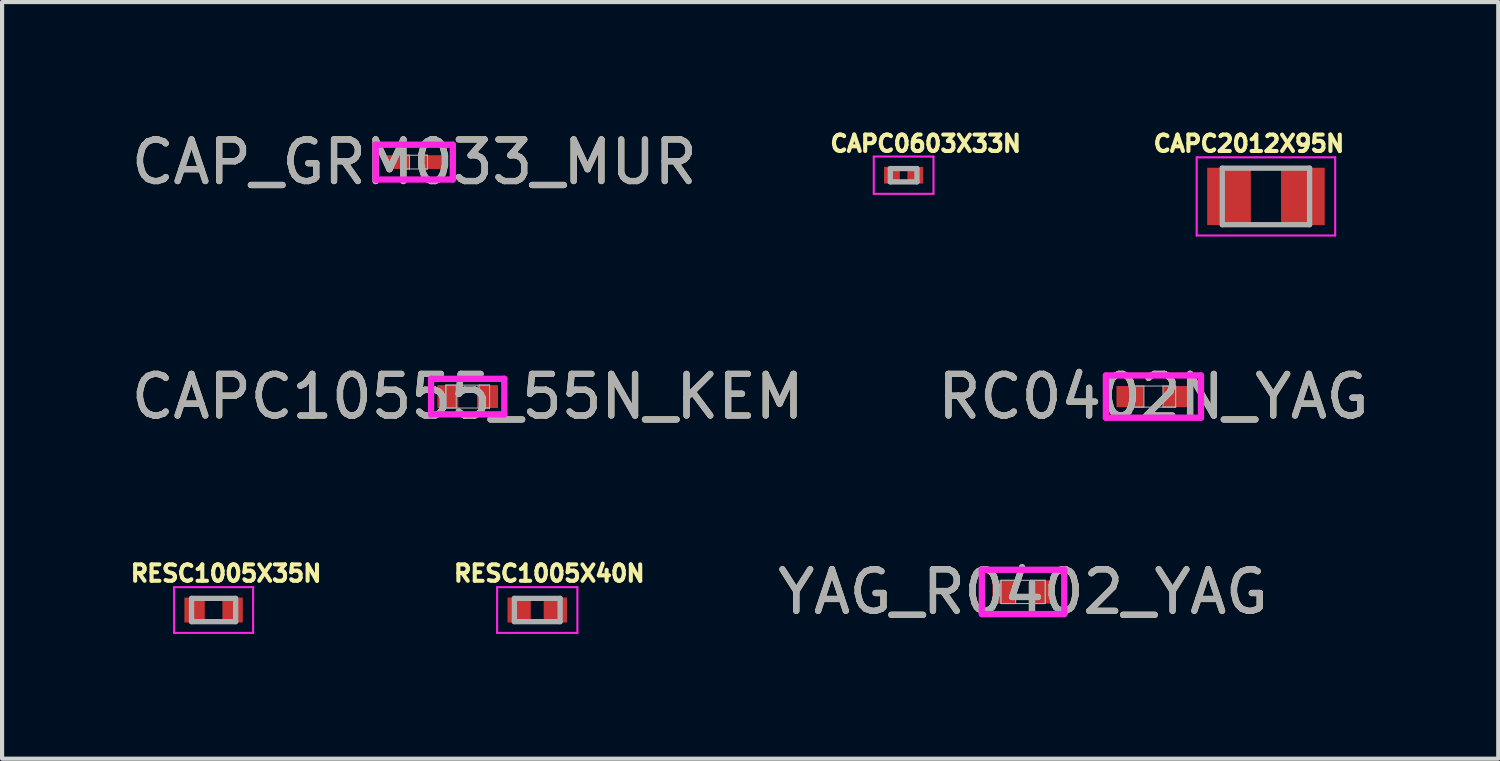
<source format=kicad_pcb>
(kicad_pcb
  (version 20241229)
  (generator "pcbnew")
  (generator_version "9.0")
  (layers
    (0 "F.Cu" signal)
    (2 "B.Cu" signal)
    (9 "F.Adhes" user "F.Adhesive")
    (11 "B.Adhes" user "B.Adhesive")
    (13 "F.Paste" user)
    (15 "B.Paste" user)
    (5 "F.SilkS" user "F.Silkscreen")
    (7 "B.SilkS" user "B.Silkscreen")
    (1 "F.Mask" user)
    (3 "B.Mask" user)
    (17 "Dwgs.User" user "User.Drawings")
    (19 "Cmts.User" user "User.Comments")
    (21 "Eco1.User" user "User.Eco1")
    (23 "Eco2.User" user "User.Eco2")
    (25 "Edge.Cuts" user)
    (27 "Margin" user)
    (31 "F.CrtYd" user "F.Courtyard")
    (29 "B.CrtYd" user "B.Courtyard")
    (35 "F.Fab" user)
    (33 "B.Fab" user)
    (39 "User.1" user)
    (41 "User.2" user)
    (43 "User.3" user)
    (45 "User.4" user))
  (footprint "CAPC2012X95N"
    (layer "F.Cu")
    (at 27.39 1.673)
    (property "Reference" "CAPC2012X95N" (at -0.41 -1.27 0) (layer "F.SilkS") (effects (font (size 0.394 0.394) (thickness 0.15))))
    (attr smd)
    (fp_line (start -1.665 -0.94) (end 1.665 -0.94) (stroke (width 0.05) (type solid)) (layer "F.CrtYd"))
    (fp_line (start -1.665 0.94) (end -1.665 -0.94) (stroke (width 0.05) (type solid)) (layer "F.CrtYd"))
    (fp_line (start -1.665 0.94) (end 1.665 0.94) (stroke (width 0.05) (type solid)) (layer "F.CrtYd"))
    (fp_line (start 1.665 0.94) (end 1.665 -0.94) (stroke (width 0.05) (type solid)) (layer "F.CrtYd"))
    (fp_line (start -1.05 0.68) (end -1.05 -0.68) (stroke (width 0.127) (type solid)) (layer "F.Fab"))
    (fp_line (start 1.05 -0.68) (end -1.05 -0.68) (stroke (width 0.127) (type solid)) (layer "F.Fab"))
    (fp_line (start 1.05 0.68) (end -1.05 0.68) (stroke (width 0.127) (type solid)) (layer "F.Fab"))
    (fp_line (start 1.05 0.68) (end 1.05 -0.68) (stroke (width 0.127) (type solid)) (layer "F.Fab"))
    (pad "1" smd rect (at -0.888 0) (size 1.05 1.38) (layers "F.Cu" "F.Mask" "F.Paste"))
    (pad "2" smd rect (at 0.888 0) (size 1.05 1.38) (layers "F.Cu" "F.Mask" "F.Paste")))
  (footprint "RESC1005X40N"
    (layer "F.Cu")
    (at 9.868 11.618)
    (property "Reference" "RESC1005X40N" (at 0.29 -0.88 0) (layer "F.SilkS") (effects (font (size 0.394 0.394) (thickness 0.15))))
    (attr smd)
    (fp_line (start -0.965 -0.55) (end 0.965 -0.55) (stroke (width 0.05) (type solid)) (layer "F.CrtYd"))
    (fp_line (start -0.965 0.55) (end -0.965 -0.55) (stroke (width 0.05) (type solid)) (layer "F.CrtYd"))
    (fp_line (start -0.965 0.55) (end 0.965 0.55) (stroke (width 0.05) (type solid)) (layer "F.CrtYd"))
    (fp_line (start 0.965 0.55) (end 0.965 -0.55) (stroke (width 0.05) (type solid)) (layer "F.CrtYd"))
    (fp_line (start -0.55 0.28) (end -0.55 -0.28) (stroke (width 0.127) (type solid)) (layer "F.Fab"))
    (fp_line (start 0.55 -0.28) (end -0.55 -0.28) (stroke (width 0.127) (type solid)) (layer "F.Fab"))
    (fp_line (start 0.55 0.28) (end -0.55 0.28) (stroke (width 0.127) (type solid)) (layer "F.Fab"))
    (fp_line (start 0.55 0.28) (end 0.55 -0.28) (stroke (width 0.127) (type solid)) (layer "F.Fab"))
    (pad "1" smd rect (at -0.435 0) (size 0.56 0.6) (layers "F.Cu" "F.Mask" "F.Paste"))
    (pad "2" smd rect (at 0.435 0) (size 0.56 0.6) (layers "F.Cu" "F.Mask" "F.Paste")))
  (footprint "CAP_GRM033_MUR"
    (layer "F.Cu")
    (at 6.911 0.848)
    (property "Reference" "CAP_GRM033_MUR" (at 0 0 0) (unlocked yes) (layer "F.SilkS") (effects (font (size 1 1) (thickness 0.15))))
    (attr smd)
    (fp_line (start -0.927 -0.419) (end 0.927 -0.419) (stroke (width 0.152) (type solid)) (layer "F.CrtYd"))
    (fp_line (start -0.927 0.419) (end -0.927 -0.419) (stroke (width 0.152) (type solid)) (layer "F.CrtYd"))
    (fp_line (start 0.927 -0.419) (end 0.927 0.419) (stroke (width 0.152) (type solid)) (layer "F.CrtYd"))
    (fp_line (start 0.927 0.419) (end -0.927 0.419) (stroke (width 0.152) (type solid)) (layer "F.CrtYd"))
    (fp_line (start -0.318 -0.165) (end -0.318 0.165) (stroke (width 0.025) (type solid)) (layer "F.Fab"))
    (fp_line (start -0.318 -0.165) (end -0.318 0.165) (stroke (width 0.025) (type solid)) (layer "F.Fab"))
    (fp_line (start -0.318 0.165) (end -0.114 0.165) (stroke (width 0.025) (type solid)) (layer "F.Fab"))
    (fp_line (start -0.318 0.165) (end 0.318 0.165) (stroke (width 0.025) (type solid)) (layer "F.Fab"))
    (fp_line (start -0.114 -0.165) (end -0.318 -0.165) (stroke (width 0.025) (type solid)) (layer "F.Fab"))
    (fp_line (start -0.114 0.165) (end -0.114 -0.165) (stroke (width 0.025) (type solid)) (layer "F.Fab"))
    (fp_line (start 0.114 -0.165) (end 0.114 0.165) (stroke (width 0.025) (type solid)) (layer "F.Fab"))
    (fp_line (start 0.114 0.165) (end 0.318 0.165) (stroke (width 0.025) (type solid)) (layer "F.Fab"))
    (fp_line (start 0.318 -0.165) (end -0.318 -0.165) (stroke (width 0.025) (type solid)) (layer "F.Fab"))
    (fp_line (start 0.318 -0.165) (end 0.114 -0.165) (stroke (width 0.025) (type solid)) (layer "F.Fab"))
    (fp_line (start 0.318 0.165) (end 0.318 -0.165) (stroke (width 0.025) (type solid)) (layer "F.Fab"))
    (fp_line (start 0.318 0.165) (end 0.318 -0.165) (stroke (width 0.025) (type solid)) (layer "F.Fab"))
    (fp_circle (center -0.267 0) (end -0.267 0) (stroke (width 0.025) (type solid)) (fill no) (layer "F.Fab"))
    (fp_text user "${REFERENCE}" (at 0 0 0) (unlocked yes) (layer "F.Fab") (effects (font (size 1 1) (thickness 0.15))))
    (pad "1" smd rect (at -0.394 0) (size 0.559 0.33) (layers "F.Cu" "F.Mask" "F.Paste"))
    (pad "2" smd rect (at 0.394 0) (size 0.559 0.33) (layers "F.Cu" "F.Mask" "F.Paste"))
    (zone (net_name "") (layer "F.Cu") (hatch full 0.508) (connect_pads) (min_thickness 0.254) (filled_areas_thickness no) (keepout (tracks not_allowed) (vias not_allowed) (pads allowed) (copperpour not_allowed) (footprints allowed)) (placement (enabled no)) (fill) (polygon (pts (xy 6.847 0.734) (xy 6.974 0.734) (xy 6.974 0.963) (xy 6.847 0.963)))))
  (footprint "CAPC10555_55N_KEM"
    (layer "F.Cu")
    (at 8.196 6.486)
    (property "Reference" "CAPC10555_55N_KEM" (at 0 0 0) (unlocked yes) (layer "F.SilkS") (effects (font (size 1 1) (thickness 0.15))))
    (attr smd)
    (fp_line (start -0.881 -0.427) (end 0.881 -0.427) (stroke (width 0.152) (type solid)) (layer "F.CrtYd"))
    (fp_line (start -0.881 0.427) (end -0.881 -0.427) (stroke (width 0.152) (type solid)) (layer "F.CrtYd"))
    (fp_line (start 0.881 -0.427) (end 0.881 0.427) (stroke (width 0.152) (type solid)) (layer "F.CrtYd"))
    (fp_line (start 0.881 0.427) (end -0.881 0.427) (stroke (width 0.152) (type solid)) (layer "F.CrtYd"))
    (fp_line (start -0.525 -0.275) (end -0.525 0.275) (stroke (width 0.025) (type solid)) (layer "F.Fab"))
    (fp_line (start -0.525 -0.275) (end -0.525 0.275) (stroke (width 0.025) (type solid)) (layer "F.Fab"))
    (fp_line (start -0.525 0.275) (end -0.275 0.275) (stroke (width 0.025) (type solid)) (layer "F.Fab"))
    (fp_line (start -0.525 0.275) (end 0.525 0.275) (stroke (width 0.025) (type solid)) (layer "F.Fab"))
    (fp_line (start -0.275 -0.275) (end -0.525 -0.275) (stroke (width 0.025) (type solid)) (layer "F.Fab"))
    (fp_line (start -0.275 0.275) (end -0.275 -0.275) (stroke (width 0.025) (type solid)) (layer "F.Fab"))
    (fp_line (start 0.275 -0.275) (end 0.275 0.275) (stroke (width 0.025) (type solid)) (layer "F.Fab"))
    (fp_line (start 0.275 0.275) (end 0.525 0.275) (stroke (width 0.025) (type solid)) (layer "F.Fab"))
    (fp_line (start 0.525 -0.275) (end -0.525 -0.275) (stroke (width 0.025) (type solid)) (layer "F.Fab"))
    (fp_line (start 0.525 -0.275) (end 0.275 -0.275) (stroke (width 0.025) (type solid)) (layer "F.Fab"))
    (fp_line (start 0.525 0.275) (end 0.525 -0.275) (stroke (width 0.025) (type solid)) (layer "F.Fab"))
    (fp_line (start 0.525 0.275) (end 0.525 -0.275) (stroke (width 0.025) (type solid)) (layer "F.Fab"))
    (fp_text user "${REFERENCE}" (at 0 0 0) (unlocked yes) (layer "F.Fab") (effects (font (size 1 1) (thickness 0.15))))
    (pad "1" smd rect (at -0.477 0) (size 0.503 0.55) (layers "F.Cu" "F.Mask" "F.Paste"))
    (pad "2" smd rect (at 0.477 0) (size 0.503 0.55) (layers "F.Cu" "F.Mask" "F.Paste"))
    (zone (net_name "") (layer "F.Cu") (hatch full 0.508) (connect_pads) (min_thickness 0.254) (filled_areas_thickness no) (keepout (tracks not_allowed) (vias not_allowed) (pads allowed) (copperpour not_allowed) (footprints allowed)) (placement (enabled no)) (fill) (polygon (pts (xy 8.022 6.262) (xy 8.371 6.262) (xy 8.371 6.71) (xy 8.022 6.71)))))
  (footprint "YAG_R0402_YAG"
    (layer "F.Cu")
    (at 21.55 11.183)
    (property "Reference" "YAG_R0402_YAG" (at 0 0 0) (unlocked yes) (layer "F.SilkS") (effects (font (size 1 1) (thickness 0.15))))
    (attr smd)
    (fp_line (start -0.991 -0.533) (end 0.991 -0.533) (stroke (width 0.152) (type solid)) (layer "F.CrtYd"))
    (fp_line (start -0.991 0.533) (end -0.991 -0.533) (stroke (width 0.152) (type solid)) (layer "F.CrtYd"))
    (fp_line (start 0.991 -0.533) (end 0.991 0.533) (stroke (width 0.152) (type solid)) (layer "F.CrtYd"))
    (fp_line (start 0.991 0.533) (end -0.991 0.533) (stroke (width 0.152) (type solid)) (layer "F.CrtYd"))
    (fp_line (start -0.533 -0.279) (end -0.533 0.279) (stroke (width 0.025) (type solid)) (layer "F.Fab"))
    (fp_line (start -0.533 -0.279) (end -0.533 0.279) (stroke (width 0.025) (type solid)) (layer "F.Fab"))
    (fp_line (start -0.533 0.279) (end -0.178 0.279) (stroke (width 0.025) (type solid)) (layer "F.Fab"))
    (fp_line (start -0.533 0.279) (end 0.533 0.279) (stroke (width 0.025) (type solid)) (layer "F.Fab"))
    (fp_line (start -0.178 -0.279) (end -0.533 -0.279) (stroke (width 0.025) (type solid)) (layer "F.Fab"))
    (fp_line (start -0.178 0.279) (end -0.178 -0.279) (stroke (width 0.025) (type solid)) (layer "F.Fab"))
    (fp_line (start 0.178 -0.279) (end 0.178 0.279) (stroke (width 0.025) (type solid)) (layer "F.Fab"))
    (fp_line (start 0.178 0.279) (end 0.533 0.279) (stroke (width 0.025) (type solid)) (layer "F.Fab"))
    (fp_line (start 0.533 -0.279) (end -0.533 -0.279) (stroke (width 0.025) (type solid)) (layer "F.Fab"))
    (fp_line (start 0.533 -0.279) (end 0.178 -0.279) (stroke (width 0.025) (type solid)) (layer "F.Fab"))
    (fp_line (start 0.533 0.279) (end 0.533 -0.279) (stroke (width 0.025) (type solid)) (layer "F.Fab"))
    (fp_line (start 0.533 0.279) (end 0.533 -0.279) (stroke (width 0.025) (type solid)) (layer "F.Fab"))
    (fp_text user "${REFERENCE}" (at 0 0 0) (unlocked yes) (layer "F.Fab") (effects (font (size 1 1) (thickness 0.15))))
    (pad "1" smd rect (at -0.457 0) (size 0.559 0.559) (layers "F.Cu" "F.Mask" "F.Paste"))
    (pad "2" smd rect (at 0.457 0) (size 0.559 0.559) (layers "F.Cu" "F.Mask" "F.Paste"))
    (zone (net_name "") (layer "F.Cu") (hatch full 0.508) (connect_pads) (min_thickness 0.254) (filled_areas_thickness no) (keepout (tracks not_allowed) (vias not_allowed) (pads allowed) (copperpour not_allowed) (footprints allowed)) (placement (enabled no)) (fill) (polygon (pts (xy 21.423 10.954) (xy 21.677 10.954) (xy 21.677 11.411) (xy 21.423 11.411)))))
  (footprint "CAPC0603X33N"
    (layer "F.Cu")
    (at 18.678 1.163)
    (property "Reference" "CAPC0603X33N" (at 0.53 -0.76 0) (layer "F.SilkS") (effects (font (size 0.394 0.394) (thickness 0.15))))
    (attr smd)
    (fp_line (start -0.718 -0.448) (end 0.718 -0.448) (stroke (width 0.05) (type solid)) (layer "F.CrtYd"))
    (fp_line (start -0.718 0.448) (end -0.718 -0.448) (stroke (width 0.05) (type solid)) (layer "F.CrtYd"))
    (fp_line (start -0.718 0.448) (end 0.718 0.448) (stroke (width 0.05) (type solid)) (layer "F.CrtYd"))
    (fp_line (start 0.718 0.448) (end 0.718 -0.448) (stroke (width 0.05) (type solid)) (layer "F.CrtYd"))
    (fp_line (start -0.32 0.16) (end -0.32 -0.16) (stroke (width 0.127) (type solid)) (layer "F.Fab"))
    (fp_line (start 0.32 -0.16) (end -0.32 -0.16) (stroke (width 0.127) (type solid)) (layer "F.Fab"))
    (fp_line (start 0.32 0.16) (end -0.32 0.16) (stroke (width 0.127) (type solid)) (layer "F.Fab"))
    (fp_line (start 0.32 0.16) (end 0.32 -0.16) (stroke (width 0.127) (type solid)) (layer "F.Fab"))
    (pad "1" smd rect (at -0.281 0) (size 0.38 0.4) (layers "F.Cu" "F.Mask" "F.Paste"))
    (pad "2" smd rect (at 0.281 0) (size 0.38 0.4) (layers "F.Cu" "F.Mask" "F.Paste")))
  (footprint "RESC1005X35N"
    (layer "F.Cu")
    (at 2.086 11.618)
    (property "Reference" "RESC1005X35N" (at 0.3 -0.88 0) (layer "F.SilkS") (effects (font (size 0.394 0.394) (thickness 0.15))))
    (attr smd)
    (fp_line (start -0.95 -0.55) (end 0.95 -0.55) (stroke (width 0.05) (type solid)) (layer "F.CrtYd"))
    (fp_line (start -0.95 0.55) (end -0.95 -0.55) (stroke (width 0.05) (type solid)) (layer "F.CrtYd"))
    (fp_line (start -0.95 0.55) (end 0.95 0.55) (stroke (width 0.05) (type solid)) (layer "F.CrtYd"))
    (fp_line (start 0.95 0.55) (end 0.95 -0.55) (stroke (width 0.05) (type solid)) (layer "F.CrtYd"))
    (fp_line (start -0.53 0.28) (end -0.53 -0.28) (stroke (width 0.127) (type solid)) (layer "F.Fab"))
    (fp_line (start 0.53 -0.28) (end -0.53 -0.28) (stroke (width 0.127) (type solid)) (layer "F.Fab"))
    (fp_line (start 0.53 0.28) (end -0.53 0.28) (stroke (width 0.127) (type solid)) (layer "F.Fab"))
    (fp_line (start 0.53 0.28) (end 0.53 -0.28) (stroke (width 0.127) (type solid)) (layer "F.Fab"))
    (pad "1" smd rect (at -0.457 0) (size 0.49 0.6) (layers "F.Cu" "F.Mask" "F.Paste"))
    (pad "2" smd rect (at 0.457 0) (size 0.49 0.6) (layers "F.Cu" "F.Mask" "F.Paste")))
  (footprint "RC0402N_YAG"
    (layer "F.Cu")
    (at 24.685 6.486)
    (property "Reference" "RC0402N_YAG" (at 0 0 0) (unlocked yes) (layer "F.SilkS") (effects (font (size 1 1) (thickness 0.15))))
    (attr smd)
    (fp_line (start -1.143 -0.508) (end 1.143 -0.508) (stroke (width 0.152) (type solid)) (layer "F.CrtYd"))
    (fp_line (start -1.143 0.508) (end -1.143 -0.508) (stroke (width 0.152) (type solid)) (layer "F.CrtYd"))
    (fp_line (start 1.143 -0.508) (end 1.143 0.508) (stroke (width 0.152) (type solid)) (layer "F.CrtYd"))
    (fp_line (start 1.143 0.508) (end -1.143 0.508) (stroke (width 0.152) (type solid)) (layer "F.CrtYd"))
    (fp_line (start -0.533 -0.254) (end -0.533 0.254) (stroke (width 0.025) (type solid)) (layer "F.Fab"))
    (fp_line (start -0.533 -0.254) (end -0.533 0.254) (stroke (width 0.025) (type solid)) (layer "F.Fab"))
    (fp_line (start -0.533 0.254) (end -0.229 0.254) (stroke (width 0.025) (type solid)) (layer "F.Fab"))
    (fp_line (start -0.533 0.254) (end 0.533 0.254) (stroke (width 0.025) (type solid)) (layer "F.Fab"))
    (fp_line (start -0.229 -0.254) (end -0.533 -0.254) (stroke (width 0.025) (type solid)) (layer "F.Fab"))
    (fp_line (start -0.229 0.254) (end -0.229 -0.254) (stroke (width 0.025) (type solid)) (layer "F.Fab"))
    (fp_line (start 0.229 -0.254) (end 0.229 0.254) (stroke (width 0.025) (type solid)) (layer "F.Fab"))
    (fp_line (start 0.229 0.254) (end 0.533 0.254) (stroke (width 0.025) (type solid)) (layer "F.Fab"))
    (fp_line (start 0.533 -0.254) (end -0.533 -0.254) (stroke (width 0.025) (type solid)) (layer "F.Fab"))
    (fp_line (start 0.533 -0.254) (end 0.229 -0.254) (stroke (width 0.025) (type solid)) (layer "F.Fab"))
    (fp_line (start 0.533 0.254) (end 0.533 -0.254) (stroke (width 0.025) (type solid)) (layer "F.Fab"))
    (fp_line (start 0.533 0.254) (end 0.533 -0.254) (stroke (width 0.025) (type solid)) (layer "F.Fab"))
    (fp_text user "${REFERENCE}" (at 0 0 0) (unlocked yes) (layer "F.Fab") (effects (font (size 1 1) (thickness 0.15))))
    (pad "1" smd rect (at -0.559 0) (size 0.66 0.508) (layers "F.Cu" "F.Mask" "F.Paste"))
    (pad "2" smd rect (at 0.559 0) (size 0.66 0.508) (layers "F.Cu" "F.Mask" "F.Paste"))
    (zone (net_name "") (layer "F.Cu") (hatch full 0.508) (connect_pads) (min_thickness 0.254) (filled_areas_thickness no) (keepout (tracks not_allowed) (vias not_allowed) (pads allowed) (copperpour not_allowed) (footprints allowed)) (placement (enabled no)) (fill) (polygon (pts (xy 24.507 6.283) (xy 24.862 6.283) (xy 24.862 6.69) (xy 24.507 6.69)))))
  (gr_rect
    (start -3 -3)
    (end 32.976 15.193)
    (stroke (width 0.1) (type default))
    (fill no)
    (layer "Edge.Cuts")))
</source>
